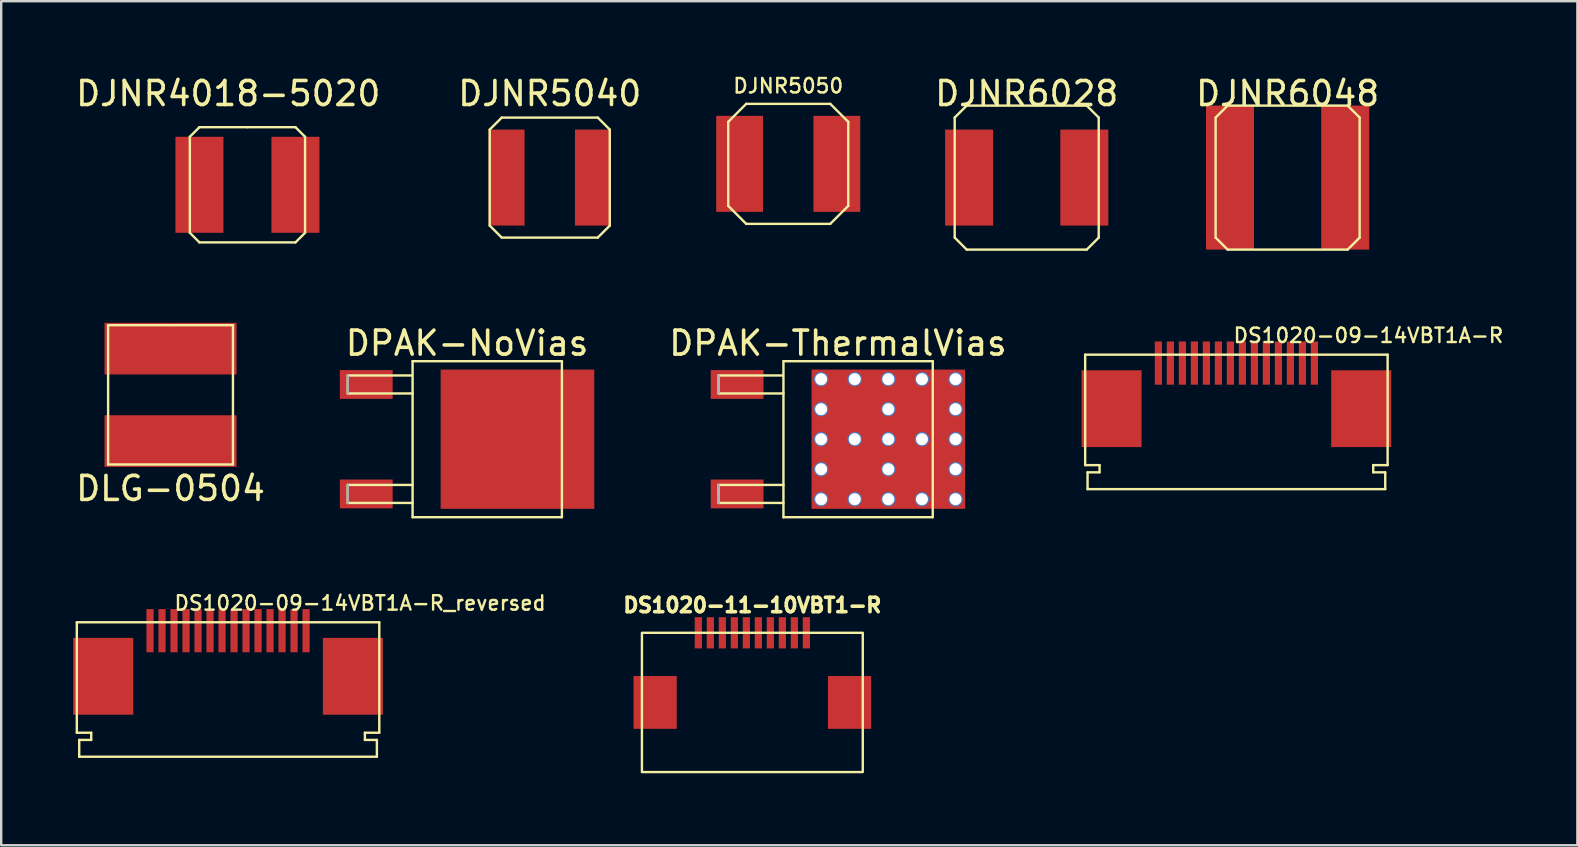
<source format=kicad_pcb>
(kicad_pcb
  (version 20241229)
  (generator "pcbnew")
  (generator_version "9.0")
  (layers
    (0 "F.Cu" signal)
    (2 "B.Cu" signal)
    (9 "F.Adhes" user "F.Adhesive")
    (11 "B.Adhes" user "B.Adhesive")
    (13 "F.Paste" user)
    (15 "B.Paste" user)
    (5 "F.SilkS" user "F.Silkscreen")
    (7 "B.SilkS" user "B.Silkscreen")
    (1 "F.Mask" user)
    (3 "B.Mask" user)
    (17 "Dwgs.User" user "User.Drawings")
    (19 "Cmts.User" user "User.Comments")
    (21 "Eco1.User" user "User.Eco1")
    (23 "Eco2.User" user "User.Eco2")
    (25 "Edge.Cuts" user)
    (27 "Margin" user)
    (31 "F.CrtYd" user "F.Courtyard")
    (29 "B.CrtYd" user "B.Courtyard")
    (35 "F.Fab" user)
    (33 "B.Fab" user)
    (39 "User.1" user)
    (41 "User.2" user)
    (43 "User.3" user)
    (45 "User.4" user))
  (footprint "DS1020-11-10VBT1-R"
    (layer "F.Cu")
    (at 28.291 23.311)
    (property "Reference" "DS1020-11-10VBT1-R" (at 0 -1.15 0) (unlocked yes) (layer "F.SilkS") (effects (font (size 0.6 0.6) (thickness 0.15))))
    (attr smd)
    (fp_rect (start -4.6 0) (end 4.6 5.8) (stroke (width 0.1) (type default)) (fill no) (layer "F.SilkS"))
    (pad "0" smd rect (at -4.05 2.9) (size 1.8 2.2) (layers "F.Cu" "F.Mask" "F.Paste"))
    (pad "0" smd rect (at 4.05 2.9) (size 1.8 2.2) (layers "F.Cu" "F.Mask" "F.Paste"))
    (pad "1" smd rect (at -2.25 0) (size 0.3 1.3) (layers "F.Cu" "F.Mask" "F.Paste"))
    (pad "2" smd rect (at -1.75 0) (size 0.3 1.3) (layers "F.Cu" "F.Mask" "F.Paste"))
    (pad "3" smd rect (at -1.25 0) (size 0.3 1.3) (layers "F.Cu" "F.Mask" "F.Paste"))
    (pad "4" smd rect (at -0.75 0) (size 0.3 1.3) (layers "F.Cu" "F.Mask" "F.Paste"))
    (pad "5" smd rect (at -0.25 0) (size 0.3 1.3) (layers "F.Cu" "F.Mask" "F.Paste"))
    (pad "6" smd rect (at 0.25 0) (size 0.3 1.3) (layers "F.Cu" "F.Mask" "F.Paste"))
    (pad "7" smd rect (at 0.75 0) (size 0.3 1.3) (layers "F.Cu" "F.Mask" "F.Paste"))
    (pad "8" smd rect (at 1.25 0) (size 0.3 1.3) (layers "F.Cu" "F.Mask" "F.Paste"))
    (pad "9" smd rect (at 1.75 0) (size 0.3 1.3) (layers "F.Cu" "F.Mask" "F.Paste"))
    (pad "10" smd rect (at 2.25 0) (size 0.3 1.3) (layers "F.Cu" "F.Mask" "F.Paste")))
  (footprint "DJNR5050"
    (layer "F.Cu")
    (at 29.786 3.776)
    (property "Reference" "DJNR5050" (at 0 -3.25 0) (layer "F.SilkS") (effects (font (size 0.6 0.6) (thickness 0.1) (bold yes))))
    (attr smd)
    (fp_line (start -2.5 -1.75) (end -2.5 1.75) (stroke (width 0.1) (type solid)) (layer "F.SilkS"))
    (fp_line (start -2.5 1.75) (end -1.75 2.5) (stroke (width 0.1) (type solid)) (layer "F.SilkS"))
    (fp_line (start -1.75 -2.5) (end -2.5 -1.75) (stroke (width 0.1) (type solid)) (layer "F.SilkS"))
    (fp_line (start -1.75 2.5) (end 1.75 2.5) (stroke (width 0.1) (type solid)) (layer "F.SilkS"))
    (fp_line (start 1.75 -2.5) (end -1.75 -2.5) (stroke (width 0.1) (type solid)) (layer "F.SilkS"))
    (fp_line (start 1.75 -2.5) (end 2.5 -1.75) (stroke (width 0.1) (type solid)) (layer "F.SilkS"))
    (fp_line (start 1.75 2.5) (end 2.5 1.75) (stroke (width 0.1) (type solid)) (layer "F.SilkS"))
    (fp_line (start 2.5 1.75) (end 2.5 -1.75) (stroke (width 0.1) (type solid)) (layer "F.SilkS"))
    (pad "1" smd rect (at 2.025 0) (size 1.95 4) (layers "F.Cu" "F.Mask" "F.Paste"))
    (pad "2" smd rect (at -2.025 0) (size 1.95 4) (layers "F.Cu" "F.Mask" "F.Paste")))
  (footprint "DS1020-09-14VBT1A-R"
    (layer "F.Cu")
    (at 48.455 12.925)
    (property "Reference" "DS1020-09-14VBT1A-R" (at 5.5 -2 180) (layer "F.SilkS") (effects (font (size 0.6 0.6) (thickness 0.1) (bold yes))))
    (attr smd)
    (fp_line (start -6.3 -1.2) (end -6.3 3.4) (stroke (width 0.1) (type solid)) (layer "F.SilkS"))
    (fp_line (start -6.3 3.4) (end -5.7 3.4) (stroke (width 0.1) (type solid)) (layer "F.SilkS"))
    (fp_line (start -6.2 3.7) (end -6.2 4.4) (stroke (width 0.1) (type solid)) (layer "F.SilkS"))
    (fp_line (start -6.2 4.4) (end 6.2 4.4) (stroke (width 0.1) (type solid)) (layer "F.SilkS"))
    (fp_line (start -5.7 3.4) (end -5.7 3.7) (stroke (width 0.1) (type solid)) (layer "F.SilkS"))
    (fp_line (start -5.7 3.7) (end -6.2 3.7) (stroke (width 0.1) (type solid)) (layer "F.SilkS"))
    (fp_line (start 5.7 3.4) (end 5.7 3.7) (stroke (width 0.1) (type solid)) (layer "F.SilkS"))
    (fp_line (start 5.7 3.7) (end 6.2 3.7) (stroke (width 0.1) (type solid)) (layer "F.SilkS"))
    (fp_line (start 6.2 3.7) (end 6.2 4.4) (stroke (width 0.1) (type solid)) (layer "F.SilkS"))
    (fp_line (start 6.3 -1.2) (end -6.3 -1.2) (stroke (width 0.1) (type solid)) (layer "F.SilkS"))
    (fp_line (start 6.3 -1.2) (end 6.3 3.4) (stroke (width 0.1) (type solid)) (layer "F.SilkS"))
    (fp_line (start 6.3 3.4) (end 5.7 3.4) (stroke (width 0.1) (type solid)) (layer "F.SilkS"))
    (pad "" smd rect (at -5.2 1.05) (size 2.5 3.2) (layers "F.Cu" "F.Mask" "F.Paste"))
    (pad "" smd rect (at 5.2 1.05) (size 2.5 3.2) (layers "F.Cu" "F.Mask" "F.Paste"))
    (pad "1" smd rect (at -3.25 -0.85) (size 0.3 1.8) (layers "F.Cu" "F.Mask" "F.Paste"))
    (pad "2" smd rect (at -2.75 -0.85) (size 0.3 1.8) (layers "F.Cu" "F.Mask" "F.Paste"))
    (pad "3" smd rect (at -2.25 -0.85) (size 0.3 1.8) (layers "F.Cu" "F.Mask" "F.Paste"))
    (pad "4" smd rect (at -1.75 -0.85) (size 0.3 1.8) (layers "F.Cu" "F.Mask" "F.Paste"))
    (pad "5" smd rect (at -1.25 -0.85) (size 0.3 1.8) (layers "F.Cu" "F.Mask" "F.Paste"))
    (pad "6" smd rect (at -0.75 -0.85) (size 0.3 1.8) (layers "F.Cu" "F.Mask" "F.Paste"))
    (pad "7" smd rect (at -0.25 -0.85) (size 0.3 1.8) (layers "F.Cu" "F.Mask" "F.Paste"))
    (pad "8" smd rect (at 0.25 -0.85) (size 0.3 1.8) (layers "F.Cu" "F.Mask" "F.Paste"))
    (pad "9" smd rect (at 0.75 -0.85) (size 0.3 1.8) (layers "F.Cu" "F.Mask" "F.Paste"))
    (pad "10" smd rect (at 1.25 -0.85) (size 0.3 1.8) (layers "F.Cu" "F.Mask" "F.Paste"))
    (pad "11" smd rect (at 1.75 -0.85) (size 0.3 1.8) (layers "F.Cu" "F.Mask" "F.Paste"))
    (pad "12" smd rect (at 2.25 -0.85) (size 0.3 1.8) (layers "F.Cu" "F.Mask" "F.Paste"))
    (pad "13" smd rect (at 2.75 -0.85) (size 0.3 1.8) (layers "F.Cu" "F.Mask" "F.Paste"))
    (pad "14" smd rect (at 3.25 -0.85) (size 0.3 1.8) (layers "F.Cu" "F.Mask" "F.Paste")))
  (footprint "DPAK-NoVias"
    (layer "F.Cu")
    (at 16.407 15.246)
    (property "Reference" "DPAK-NoVias" (at 0 -4 0) (layer "F.SilkS") (effects (font (size 1 1) (thickness 0.15))))
    (attr smd)
    (fp_line (start -4.97 -1.905) (end -4.97 -2.655) (stroke (width 0.1) (type solid)) (layer "F.SilkS"))
    (fp_line (start -4.97 -1.905) (end -2.27 -1.905) (stroke (width 0.1) (type solid)) (layer "F.SilkS"))
    (fp_line (start -4.97 1.905) (end -4.97 2.655) (stroke (width 0.1) (type solid)) (layer "F.SilkS"))
    (fp_line (start -4.97 2.655) (end -2.27 2.655) (stroke (width 0.1) (type solid)) (layer "F.SilkS"))
    (fp_line (start -2.3 -2.655) (end -4.97 -2.655) (stroke (width 0.1) (type solid)) (layer "F.SilkS"))
    (fp_line (start -2.27 -3.25) (end 3.95 -3.25) (stroke (width 0.1) (type solid)) (layer "F.SilkS"))
    (fp_line (start -2.27 1.905) (end -4.97 1.905) (stroke (width 0.1) (type solid)) (layer "F.SilkS"))
    (fp_line (start -2.27 3.25) (end -2.27 -3.25) (stroke (width 0.1) (type solid)) (layer "F.SilkS"))
    (fp_line (start 3.95 -3.25) (end 3.95 3.25) (stroke (width 0.1) (type solid)) (layer "F.SilkS"))
    (fp_line (start 3.95 3.25) (end -2.27 3.25) (stroke (width 0.1) (type solid)) (layer "F.SilkS"))
    (fp_line (start -4.97 -2.655) (end -4.97 -1.905) (stroke (width 0.1) (type solid)) (layer "F.Fab"))
    (fp_line (start -4.97 1.905) (end -4.97 2.655) (stroke (width 0.1) (type solid)) (layer "F.Fab"))
    (pad "" smd rect (at 0.7 -1.25) (size 2.1 1.8) (layers "F.Paste"))
    (pad "" smd rect (at 0.7 1.25) (size 2.1 1.8) (layers "F.Paste"))
    (pad "" smd rect (at 3.5 -1.25) (size 2.1 1.8) (layers "F.Paste"))
    (pad "" smd rect (at 3.5 1.25) (size 2.1 1.8) (layers "F.Paste"))
    (pad "1" smd rect (at -4.2 -2.28) (size 2.2 1.2) (layers "F.Cu" "F.Mask" "F.Paste"))
    (pad "2" smd rect (at 2.1 0) (size 6.4 5.8) (layers "F.Cu" "F.Mask"))
    (pad "3" smd rect (at -4.2 2.28) (size 2.2 1.2) (layers "F.Cu" "F.Mask" "F.Paste")))
  (footprint "DJNR5040"
    (layer "F.Cu")
    (at 19.851 4.348)
    (property "Reference" "DJNR5040" (at 0 -3.5 0) (layer "F.SilkS") (effects (font (size 1 1) (thickness 0.15))))
    (attr smd)
    (fp_line (start -2.5 -2) (end -2 -2.5) (stroke (width 0.1) (type solid)) (layer "F.SilkS"))
    (fp_line (start -2.5 2) (end -2.5 -2) (stroke (width 0.1) (type solid)) (layer "F.SilkS"))
    (fp_line (start -2 -2.5) (end 2 -2.5) (stroke (width 0.1) (type solid)) (layer "F.SilkS"))
    (fp_line (start -2 2.5) (end -2.5 2) (stroke (width 0.1) (type solid)) (layer "F.SilkS"))
    (fp_line (start 2 -2.5) (end 2.5 -2) (stroke (width 0.1) (type solid)) (layer "F.SilkS"))
    (fp_line (start 2 2.5) (end -2 2.5) (stroke (width 0.1) (type solid)) (layer "F.SilkS"))
    (fp_line (start 2 2.5) (end 2.5 2) (stroke (width 0.1) (type solid)) (layer "F.SilkS"))
    (fp_line (start 2.5 -2) (end 2.5 2) (stroke (width 0.1) (type solid)) (layer "F.SilkS"))
    (pad "1" smd rect (at 1.8 0) (size 1.5 4) (layers "F.Cu" "F.Mask" "F.Paste"))
    (pad "2" smd rect (at -1.8 0) (size 1.5 4) (layers "F.Cu" "F.Mask" "F.Paste")))
  (footprint "DJNR4018-5020"
    (layer "F.Cu")
    (at 7.258 4.648)
    (property "Reference" "DJNR4018-5020" (at -0.8 -3.8 0) (layer "F.SilkS") (effects (font (size 1 1) (thickness 0.15))))
    (attr smd)
    (fp_line (start -2.4 -2) (end -2.4 2) (stroke (width 0.1) (type solid)) (layer "F.SilkS"))
    (fp_line (start -2.4 2) (end -2 2.4) (stroke (width 0.1) (type solid)) (layer "F.SilkS"))
    (fp_line (start -2 -2.4) (end -2.4 -2) (stroke (width 0.1) (type solid)) (layer "F.SilkS"))
    (fp_line (start -2 2.4) (end 2 2.4) (stroke (width 0.1) (type solid)) (layer "F.SilkS"))
    (fp_line (start 0 -2.4) (end -2 -2.4) (stroke (width 0.1) (type solid)) (layer "F.SilkS"))
    (fp_line (start 2 -2.4) (end 0 -2.4) (stroke (width 0.1) (type solid)) (layer "F.SilkS"))
    (fp_line (start 2 2.4) (end 2.4 2) (stroke (width 0.1) (type solid)) (layer "F.SilkS"))
    (fp_line (start 2.4 -2) (end 2 -2.4) (stroke (width 0.1) (type solid)) (layer "F.SilkS"))
    (fp_line (start 2.4 2) (end 2.4 -2) (stroke (width 0.1) (type solid)) (layer "F.SilkS"))
    (pad "1" smd rect (at 2 0) (size 2 4) (layers "F.Cu" "F.Mask" "F.Paste"))
    (pad "2" smd rect (at -2 0) (size 2 4) (layers "F.Cu" "F.Mask" "F.Paste")))
  (footprint "DPAK-ThermalVias"
    (layer "F.Cu")
    (at 31.856 15.246)
    (property "Reference" "DPAK-ThermalVias" (at 0 -4 0) (layer "F.SilkS") (effects (font (size 1 1) (thickness 0.15))))
    (attr smd)
    (fp_line (start -4.97 -1.905) (end -4.97 -2.655) (stroke (width 0.1) (type solid)) (layer "F.SilkS"))
    (fp_line (start -4.97 -1.905) (end -2.27 -1.905) (stroke (width 0.1) (type solid)) (layer "F.SilkS"))
    (fp_line (start -4.97 1.905) (end -4.97 2.655) (stroke (width 0.1) (type solid)) (layer "F.SilkS"))
    (fp_line (start -4.97 2.655) (end -2.27 2.655) (stroke (width 0.1) (type solid)) (layer "F.SilkS"))
    (fp_line (start -2.3 -2.655) (end -4.97 -2.655) (stroke (width 0.1) (type solid)) (layer "F.SilkS"))
    (fp_line (start -2.27 -3.25) (end 3.95 -3.25) (stroke (width 0.1) (type solid)) (layer "F.SilkS"))
    (fp_line (start -2.27 1.905) (end -4.97 1.905) (stroke (width 0.1) (type solid)) (layer "F.SilkS"))
    (fp_line (start -2.27 3.25) (end -2.27 -3.25) (stroke (width 0.1) (type solid)) (layer "F.SilkS"))
    (fp_line (start 3.95 -3.25) (end 3.95 3.25) (stroke (width 0.1) (type solid)) (layer "F.SilkS"))
    (fp_line (start 3.95 3.25) (end -2.27 3.25) (stroke (width 0.1) (type solid)) (layer "F.SilkS"))
    (fp_line (start -4.97 -2.655) (end -4.97 -1.905) (stroke (width 0.1) (type solid)) (layer "F.Fab"))
    (fp_line (start -4.97 1.905) (end -4.97 2.655) (stroke (width 0.1) (type solid)) (layer "F.Fab"))
    (pad "" smd rect (at 0.7 -1.25) (size 2.1 1.8) (layers "F.Paste"))
    (pad "" smd rect (at 0.7 1.25) (size 2.1 1.8) (layers "F.Paste"))
    (pad "" smd rect (at 3.5 -1.25) (size 2.1 1.8) (layers "F.Paste"))
    (pad "" smd rect (at 3.5 1.25) (size 2.1 1.8) (layers "F.Paste"))
    (pad "1" smd rect (at -4.2 -2.28) (size 2.2 1.2) (layers "F.Cu" "F.Mask" "F.Paste"))
    (pad "2" thru_hole circle (at -0.7 -2.5) (size 0.6 0.6) (drill 0.5) (layers "*.Cu" "*.Mask"))
    (pad "2" thru_hole circle (at -0.7 -1.25) (size 0.6 0.6) (drill 0.5) (layers "*.Cu" "*.Mask"))
    (pad "2" thru_hole circle (at -0.7 0) (size 0.6 0.6) (drill 0.5) (layers "*.Cu" "*.Mask"))
    (pad "2" thru_hole circle (at -0.7 1.25) (size 0.6 0.6) (drill 0.5) (layers "*.Cu" "*.Mask"))
    (pad "2" thru_hole circle (at -0.7 2.5) (size 0.6 0.6) (drill 0.5) (layers "*.Cu" "*.Mask"))
    (pad "2" thru_hole circle (at 0.7 -2.5) (size 0.6 0.6) (drill 0.5) (layers "*.Cu" "*.Mask"))
    (pad "2" thru_hole circle (at 0.7 0) (size 0.6 0.6) (drill 0.5) (layers "*.Cu" "*.Mask"))
    (pad "2" thru_hole circle (at 0.7 2.5) (size 0.6 0.6) (drill 0.5) (layers "*.Cu" "*.Mask"))
    (pad "2" thru_hole circle (at 2.1 -2.5) (size 0.6 0.6) (drill 0.5) (layers "*.Cu" "*.Mask"))
    (pad "2" thru_hole circle (at 2.1 -1.25) (size 0.6 0.6) (drill 0.5) (layers "*.Cu" "*.Mask"))
    (pad "2" thru_hole circle (at 2.1 0) (size 0.6 0.6) (drill 0.5) (layers "*.Cu" "*.Mask"))
    (pad "2" smd rect (at 2.1 0) (size 6.4 5.8) (layers "F.Cu" "F.Mask"))
    (pad "2" thru_hole circle (at 2.1 1.25) (size 0.6 0.6) (drill 0.5) (layers "*.Cu" "*.Mask"))
    (pad "2" thru_hole circle (at 2.1 2.5) (size 0.6 0.6) (drill 0.5) (layers "*.Cu" "*.Mask"))
    (pad "2" thru_hole circle (at 3.5 -2.5) (size 0.6 0.6) (drill 0.5) (layers "*.Cu" "*.Mask"))
    (pad "2" thru_hole circle (at 3.5 0) (size 0.6 0.6) (drill 0.5) (layers "*.Cu" "*.Mask"))
    (pad "2" thru_hole circle (at 3.5 2.5) (size 0.6 0.6) (drill 0.5) (layers "*.Cu" "*.Mask"))
    (pad "2" thru_hole circle (at 4.9 -2.5) (size 0.6 0.6) (drill 0.5) (layers "*.Cu" "*.Mask"))
    (pad "2" thru_hole circle (at 4.9 -1.25) (size 0.6 0.6) (drill 0.5) (layers "*.Cu" "*.Mask"))
    (pad "2" thru_hole circle (at 4.9 0) (size 0.6 0.6) (drill 0.5) (layers "*.Cu" "*.Mask"))
    (pad "2" thru_hole circle (at 4.9 1.25) (size 0.6 0.6) (drill 0.5) (layers "*.Cu" "*.Mask"))
    (pad "2" thru_hole circle (at 4.9 2.5) (size 0.6 0.6) (drill 0.5) (layers "*.Cu" "*.Mask"))
    (pad "3" smd rect (at -4.2 2.28) (size 2.2 1.2) (layers "F.Cu" "F.Mask" "F.Paste")))
  (footprint "DJNR6028"
    (layer "F.Cu")
    (at 39.72 4.348)
    (property "Reference" "DJNR6028" (at 0 -3.5 0) (layer "F.SilkS") (effects (font (size 1 1) (thickness 0.15))))
    (attr smd)
    (fp_line (start -3 -2.5) (end -2.5 -3) (stroke (width 0.1) (type solid)) (layer "F.SilkS"))
    (fp_line (start -3 2.5) (end -3 -2.5) (stroke (width 0.1) (type solid)) (layer "F.SilkS"))
    (fp_line (start -2.5 -3) (end 2.5 -3) (stroke (width 0.1) (type solid)) (layer "F.SilkS"))
    (fp_line (start -2.5 3) (end -3 2.5) (stroke (width 0.1) (type solid)) (layer "F.SilkS"))
    (fp_line (start 2.5 -3) (end 3 -2.5) (stroke (width 0.1) (type solid)) (layer "F.SilkS"))
    (fp_line (start 2.5 3) (end -2.5 3) (stroke (width 0.1) (type solid)) (layer "F.SilkS"))
    (fp_line (start 2.5 3) (end 3 2.5) (stroke (width 0.1) (type solid)) (layer "F.SilkS"))
    (fp_line (start 3 -2.5) (end 3 2.5) (stroke (width 0.1) (type solid)) (layer "F.SilkS"))
    (pad "1" smd rect (at 2.4 0) (size 2 4) (layers "F.Cu" "F.Mask" "F.Paste"))
    (pad "2" smd rect (at -2.4 0) (size 2 4) (layers "F.Cu" "F.Mask" "F.Paste")))
  (footprint "DJNR6048"
    (layer "F.Cu")
    (at 50.589 4.348)
    (property "Reference" "DJNR6048" (at 0 -3.5 0) (layer "F.SilkS") (effects (font (size 1 1) (thickness 0.15))))
    (attr smd)
    (fp_line (start -3 -2.5) (end -2.5 -3) (stroke (width 0.1) (type solid)) (layer "F.SilkS"))
    (fp_line (start -3 2.5) (end -3 -2.5) (stroke (width 0.1) (type solid)) (layer "F.SilkS"))
    (fp_line (start -2.5 -3) (end 2.5 -3) (stroke (width 0.1) (type solid)) (layer "F.SilkS"))
    (fp_line (start -2.5 3) (end -3 2.5) (stroke (width 0.1) (type solid)) (layer "F.SilkS"))
    (fp_line (start 2.5 -3) (end 3 -2.5) (stroke (width 0.1) (type solid)) (layer "F.SilkS"))
    (fp_line (start 2.5 3) (end -2.5 3) (stroke (width 0.1) (type solid)) (layer "F.SilkS"))
    (fp_line (start 2.5 3) (end 3 2.5) (stroke (width 0.1) (type solid)) (layer "F.SilkS"))
    (fp_line (start 3 -2.5) (end 3 2.5) (stroke (width 0.1) (type solid)) (layer "F.SilkS"))
    (pad "1" smd rect (at 2.4 0) (size 2 6) (layers "F.Cu" "F.Mask" "F.Paste"))
    (pad "2" smd rect (at -2.4 0) (size 2 6) (layers "F.Cu" "F.Mask" "F.Paste")))
  (footprint "DS1020-09-14VBT1A-R_reversed"
    (layer "F.Cu")
    (at 6.45 24.073)
    (property "Reference" "DS1020-09-14VBT1A-R_reversed" (at 5.5 -2 180) (layer "F.SilkS") (effects (font (size 0.6 0.6) (thickness 0.1) (bold yes))))
    (attr smd)
    (fp_line (start -6.3 -1.2) (end -6.3 3.4) (stroke (width 0.1) (type solid)) (layer "F.SilkS"))
    (fp_line (start -6.3 3.4) (end -5.7 3.4) (stroke (width 0.1) (type solid)) (layer "F.SilkS"))
    (fp_line (start -6.2 3.7) (end -6.2 4.4) (stroke (width 0.1) (type solid)) (layer "F.SilkS"))
    (fp_line (start -6.2 4.4) (end 6.2 4.4) (stroke (width 0.1) (type solid)) (layer "F.SilkS"))
    (fp_line (start -5.7 3.4) (end -5.7 3.7) (stroke (width 0.1) (type solid)) (layer "F.SilkS"))
    (fp_line (start -5.7 3.7) (end -6.2 3.7) (stroke (width 0.1) (type solid)) (layer "F.SilkS"))
    (fp_line (start 5.7 3.4) (end 5.7 3.7) (stroke (width 0.1) (type solid)) (layer "F.SilkS"))
    (fp_line (start 5.7 3.7) (end 6.2 3.7) (stroke (width 0.1) (type solid)) (layer "F.SilkS"))
    (fp_line (start 6.2 3.7) (end 6.2 4.4) (stroke (width 0.1) (type solid)) (layer "F.SilkS"))
    (fp_line (start 6.3 -1.2) (end -6.3 -1.2) (stroke (width 0.1) (type solid)) (layer "F.SilkS"))
    (fp_line (start 6.3 -1.2) (end 6.3 3.4) (stroke (width 0.1) (type solid)) (layer "F.SilkS"))
    (fp_line (start 6.3 3.4) (end 5.7 3.4) (stroke (width 0.1) (type solid)) (layer "F.SilkS"))
    (pad "" smd rect (at -5.2 1.05) (size 2.5 3.2) (layers "F.Cu" "F.Mask" "F.Paste"))
    (pad "" smd rect (at 5.2 1.05) (size 2.5 3.2) (layers "F.Cu" "F.Mask" "F.Paste"))
    (pad "1" smd rect (at 3.25 -0.85) (size 0.3 1.8) (layers "F.Cu" "F.Mask" "F.Paste"))
    (pad "2" smd rect (at 2.75 -0.85) (size 0.3 1.8) (layers "F.Cu" "F.Mask" "F.Paste"))
    (pad "3" smd rect (at 2.25 -0.85) (size 0.3 1.8) (layers "F.Cu" "F.Mask" "F.Paste"))
    (pad "4" smd rect (at 1.75 -0.85) (size 0.3 1.8) (layers "F.Cu" "F.Mask" "F.Paste"))
    (pad "5" smd rect (at 1.25 -0.85) (size 0.3 1.8) (layers "F.Cu" "F.Mask" "F.Paste"))
    (pad "6" smd rect (at 0.75 -0.85) (size 0.3 1.8) (layers "F.Cu" "F.Mask" "F.Paste"))
    (pad "7" smd rect (at 0.25 -0.85) (size 0.3 1.8) (layers "F.Cu" "F.Mask" "F.Paste"))
    (pad "8" smd rect (at -0.25 -0.85) (size 0.3 1.8) (layers "F.Cu" "F.Mask" "F.Paste"))
    (pad "9" smd rect (at -0.75 -0.85) (size 0.3 1.8) (layers "F.Cu" "F.Mask" "F.Paste"))
    (pad "10" smd rect (at -1.25 -0.85) (size 0.3 1.8) (layers "F.Cu" "F.Mask" "F.Paste"))
    (pad "11" smd rect (at -1.75 -0.85) (size 0.3 1.8) (layers "F.Cu" "F.Mask" "F.Paste"))
    (pad "12" smd rect (at -2.25 -0.85) (size 0.3 1.8) (layers "F.Cu" "F.Mask" "F.Paste"))
    (pad "13" smd rect (at -2.75 -0.85) (size 0.3 1.8) (layers "F.Cu" "F.Mask" "F.Paste"))
    (pad "14" smd rect (at -3.25 -0.85) (size 0.3 1.8) (layers "F.Cu" "F.Mask" "F.Paste")))
  (footprint "DLG-0504"
    (layer "F.Cu")
    (at 4.054 13.398)
    (property "Reference" "DLG-0504" (at 0 3.9 0) (layer "F.SilkS") (effects (font (size 1 1) (thickness 0.15))))
    (attr smd)
    (fp_line (start -2.6 -2.9) (end 0 -2.9) (stroke (width 0.1) (type solid)) (layer "F.SilkS"))
    (fp_line (start -2.6 2.9) (end -2.6 -2.9) (stroke (width 0.1) (type solid)) (layer "F.SilkS"))
    (fp_line (start 0 -2.9) (end 2.6 -2.9) (stroke (width 0.1) (type solid)) (layer "F.SilkS"))
    (fp_line (start 2.6 -2.9) (end 2.6 2.9) (stroke (width 0.1) (type solid)) (layer "F.SilkS"))
    (fp_line (start 2.6 2.9) (end -2.6 2.9) (stroke (width 0.1) (type solid)) (layer "F.SilkS"))
    (pad "1" smd rect (at 0 -1.925) (size 5.5 2.15) (layers "F.Cu" "F.Mask" "F.Paste"))
    (pad "2" smd rect (at 0 1.925) (size 5.5 2.15) (layers "F.Cu" "F.Mask" "F.Paste")))
  (gr_rect
    (start -3 -3)
    (end 62.659 32.161)
    (stroke (width 0.1) (type default))
    (fill no)
    (layer "Edge.Cuts")))
</source>
